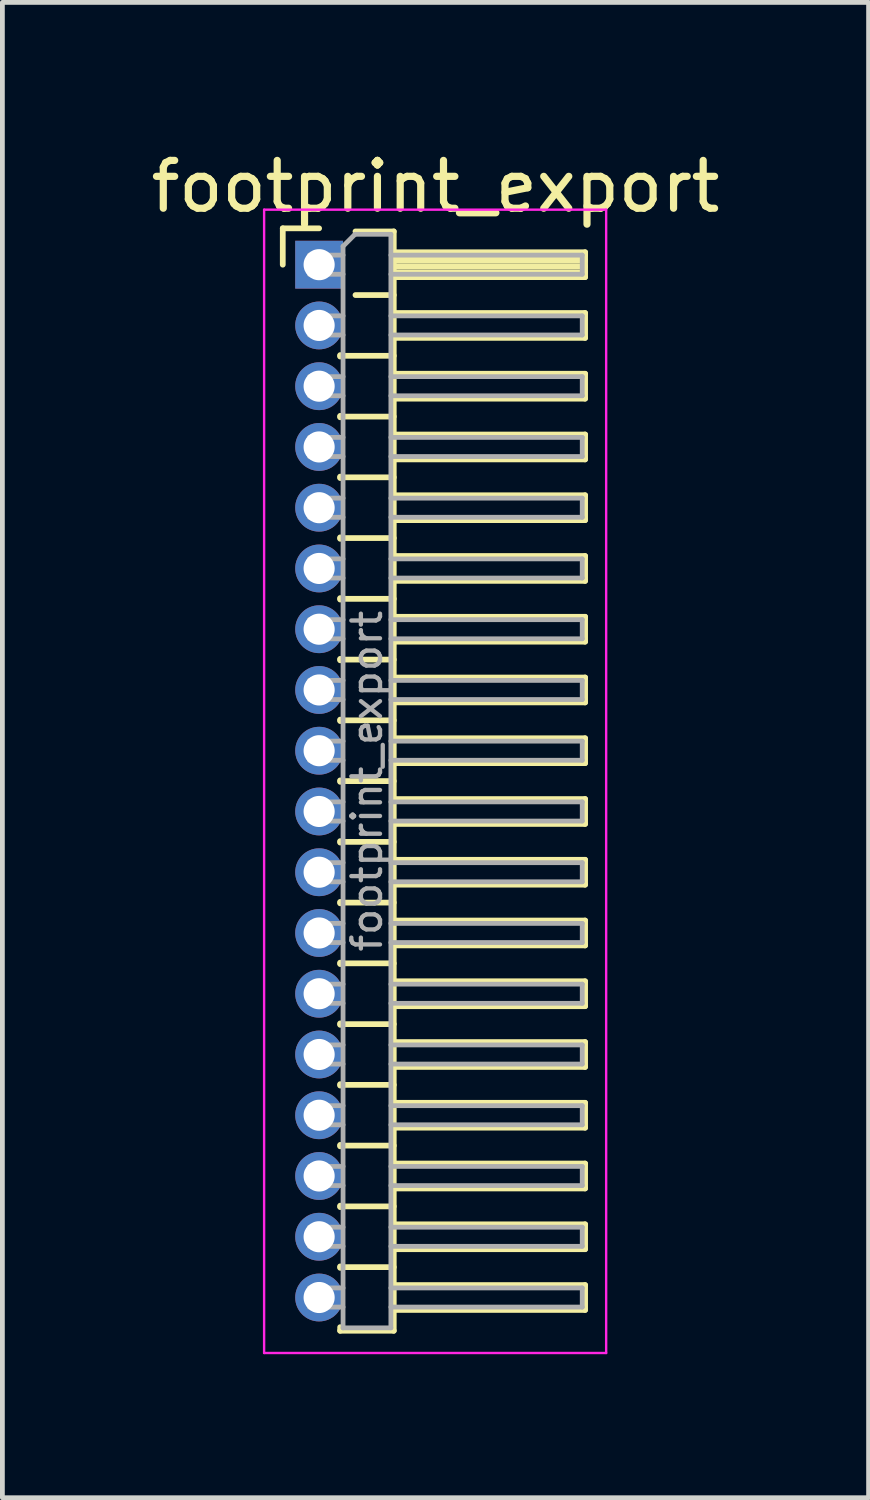
<source format=kicad_pcb>
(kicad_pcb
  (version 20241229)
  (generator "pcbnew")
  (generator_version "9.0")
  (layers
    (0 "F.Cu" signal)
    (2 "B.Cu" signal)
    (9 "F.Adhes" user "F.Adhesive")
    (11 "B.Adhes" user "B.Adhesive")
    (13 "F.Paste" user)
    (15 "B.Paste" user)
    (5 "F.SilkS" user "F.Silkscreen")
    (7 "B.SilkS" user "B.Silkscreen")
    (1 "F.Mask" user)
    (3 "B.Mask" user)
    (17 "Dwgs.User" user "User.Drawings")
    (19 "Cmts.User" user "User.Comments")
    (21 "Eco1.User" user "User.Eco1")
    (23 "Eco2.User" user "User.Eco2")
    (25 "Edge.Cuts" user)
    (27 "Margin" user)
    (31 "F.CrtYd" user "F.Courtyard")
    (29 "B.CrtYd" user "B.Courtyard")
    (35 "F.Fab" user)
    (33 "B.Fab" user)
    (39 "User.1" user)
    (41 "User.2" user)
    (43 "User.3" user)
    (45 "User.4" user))
  (footprint "footprint_export"
    (layer "F.Cu")
    (at 3.621 2.483)
    (property "Reference" "footprint_export" (at 2.433 -1.635 0) (layer "F.SilkS") (effects (font (size 1 1) (thickness 0.15))))
    (attr through_hole)
    (fp_line (start -0.76 -0.76) (end 0 -0.76) (stroke (width 0.12) (type solid)) (layer "F.SilkS"))
    (fp_line (start -0.76 0) (end -0.76 -0.76) (stroke (width 0.12) (type solid)) (layer "F.SilkS"))
    (fp_line (start 0.44 1.89) (end 0.44 1.92) (stroke (width 0.12) (type solid)) (layer "F.SilkS"))
    (fp_line (start 0.44 1.905) (end 1.56 1.905) (stroke (width 0.12) (type solid)) (layer "F.SilkS"))
    (fp_line (start 0.44 3.16) (end 0.44 3.19) (stroke (width 0.12) (type solid)) (layer "F.SilkS"))
    (fp_line (start 0.44 3.175) (end 1.56 3.175) (stroke (width 0.12) (type solid)) (layer "F.SilkS"))
    (fp_line (start 0.44 4.43) (end 0.44 4.46) (stroke (width 0.12) (type solid)) (layer "F.SilkS"))
    (fp_line (start 0.44 4.445) (end 1.56 4.445) (stroke (width 0.12) (type solid)) (layer "F.SilkS"))
    (fp_line (start 0.44 5.7) (end 0.44 5.73) (stroke (width 0.12) (type solid)) (layer "F.SilkS"))
    (fp_line (start 0.44 5.715) (end 1.56 5.715) (stroke (width 0.12) (type solid)) (layer "F.SilkS"))
    (fp_line (start 0.44 6.97) (end 0.44 7) (stroke (width 0.12) (type solid)) (layer "F.SilkS"))
    (fp_line (start 0.44 6.985) (end 1.56 6.985) (stroke (width 0.12) (type solid)) (layer "F.SilkS"))
    (fp_line (start 0.44 8.24) (end 0.44 8.27) (stroke (width 0.12) (type solid)) (layer "F.SilkS"))
    (fp_line (start 0.44 8.255) (end 1.56 8.255) (stroke (width 0.12) (type solid)) (layer "F.SilkS"))
    (fp_line (start 0.44 9.51) (end 0.44 9.54) (stroke (width 0.12) (type solid)) (layer "F.SilkS"))
    (fp_line (start 0.44 9.525) (end 1.56 9.525) (stroke (width 0.12) (type solid)) (layer "F.SilkS"))
    (fp_line (start 0.44 10.78) (end 0.44 10.81) (stroke (width 0.12) (type solid)) (layer "F.SilkS"))
    (fp_line (start 0.44 10.795) (end 1.56 10.795) (stroke (width 0.12) (type solid)) (layer "F.SilkS"))
    (fp_line (start 0.44 12.05) (end 0.44 12.08) (stroke (width 0.12) (type solid)) (layer "F.SilkS"))
    (fp_line (start 0.44 12.065) (end 1.56 12.065) (stroke (width 0.12) (type solid)) (layer "F.SilkS"))
    (fp_line (start 0.44 13.32) (end 0.44 13.35) (stroke (width 0.12) (type solid)) (layer "F.SilkS"))
    (fp_line (start 0.44 13.335) (end 1.56 13.335) (stroke (width 0.12) (type solid)) (layer "F.SilkS"))
    (fp_line (start 0.44 14.59) (end 0.44 14.62) (stroke (width 0.12) (type solid)) (layer "F.SilkS"))
    (fp_line (start 0.44 14.605) (end 1.56 14.605) (stroke (width 0.12) (type solid)) (layer "F.SilkS"))
    (fp_line (start 0.44 15.86) (end 0.44 15.89) (stroke (width 0.12) (type solid)) (layer "F.SilkS"))
    (fp_line (start 0.44 15.875) (end 1.56 15.875) (stroke (width 0.12) (type solid)) (layer "F.SilkS"))
    (fp_line (start 0.44 17.13) (end 0.44 17.16) (stroke (width 0.12) (type solid)) (layer "F.SilkS"))
    (fp_line (start 0.44 17.145) (end 1.56 17.145) (stroke (width 0.12) (type solid)) (layer "F.SilkS"))
    (fp_line (start 0.44 18.4) (end 0.44 18.43) (stroke (width 0.12) (type solid)) (layer "F.SilkS"))
    (fp_line (start 0.44 18.415) (end 1.56 18.415) (stroke (width 0.12) (type solid)) (layer "F.SilkS"))
    (fp_line (start 0.44 19.67) (end 0.44 19.7) (stroke (width 0.12) (type solid)) (layer "F.SilkS"))
    (fp_line (start 0.44 19.685) (end 1.56 19.685) (stroke (width 0.12) (type solid)) (layer "F.SilkS"))
    (fp_line (start 0.44 20.94) (end 0.44 20.97) (stroke (width 0.12) (type solid)) (layer "F.SilkS"))
    (fp_line (start 0.44 20.955) (end 1.56 20.955) (stroke (width 0.12) (type solid)) (layer "F.SilkS"))
    (fp_line (start 0.44 22.285) (end 0.44 22.21) (stroke (width 0.12) (type solid)) (layer "F.SilkS"))
    (fp_line (start 0.76 -0.695) (end 1.56 -0.695) (stroke (width 0.12) (type solid)) (layer "F.SilkS"))
    (fp_line (start 0.76 0.635) (end 1.56 0.635) (stroke (width 0.12) (type solid)) (layer "F.SilkS"))
    (fp_line (start 1.56 -0.695) (end 1.56 22.285) (stroke (width 0.12) (type solid)) (layer "F.SilkS"))
    (fp_line (start 1.56 -0.26) (end 5.56 -0.26) (stroke (width 0.12) (type solid)) (layer "F.SilkS"))
    (fp_line (start 1.56 -0.2) (end 5.56 -0.2) (stroke (width 0.12) (type solid)) (layer "F.SilkS"))
    (fp_line (start 1.56 -0.08) (end 5.56 -0.08) (stroke (width 0.12) (type solid)) (layer "F.SilkS"))
    (fp_line (start 1.56 0.04) (end 5.56 0.04) (stroke (width 0.12) (type solid)) (layer "F.SilkS"))
    (fp_line (start 1.56 0.16) (end 5.56 0.16) (stroke (width 0.12) (type solid)) (layer "F.SilkS"))
    (fp_line (start 1.56 1.01) (end 5.56 1.01) (stroke (width 0.12) (type solid)) (layer "F.SilkS"))
    (fp_line (start 1.56 2.28) (end 5.56 2.28) (stroke (width 0.12) (type solid)) (layer "F.SilkS"))
    (fp_line (start 1.56 3.55) (end 5.56 3.55) (stroke (width 0.12) (type solid)) (layer "F.SilkS"))
    (fp_line (start 1.56 4.82) (end 5.56 4.82) (stroke (width 0.12) (type solid)) (layer "F.SilkS"))
    (fp_line (start 1.56 6.09) (end 5.56 6.09) (stroke (width 0.12) (type solid)) (layer "F.SilkS"))
    (fp_line (start 1.56 7.36) (end 5.56 7.36) (stroke (width 0.12) (type solid)) (layer "F.SilkS"))
    (fp_line (start 1.56 8.63) (end 5.56 8.63) (stroke (width 0.12) (type solid)) (layer "F.SilkS"))
    (fp_line (start 1.56 9.9) (end 5.56 9.9) (stroke (width 0.12) (type solid)) (layer "F.SilkS"))
    (fp_line (start 1.56 11.17) (end 5.56 11.17) (stroke (width 0.12) (type solid)) (layer "F.SilkS"))
    (fp_line (start 1.56 12.44) (end 5.56 12.44) (stroke (width 0.12) (type solid)) (layer "F.SilkS"))
    (fp_line (start 1.56 13.71) (end 5.56 13.71) (stroke (width 0.12) (type solid)) (layer "F.SilkS"))
    (fp_line (start 1.56 14.98) (end 5.56 14.98) (stroke (width 0.12) (type solid)) (layer "F.SilkS"))
    (fp_line (start 1.56 16.25) (end 5.56 16.25) (stroke (width 0.12) (type solid)) (layer "F.SilkS"))
    (fp_line (start 1.56 17.52) (end 5.56 17.52) (stroke (width 0.12) (type solid)) (layer "F.SilkS"))
    (fp_line (start 1.56 18.79) (end 5.56 18.79) (stroke (width 0.12) (type solid)) (layer "F.SilkS"))
    (fp_line (start 1.56 20.06) (end 5.56 20.06) (stroke (width 0.12) (type solid)) (layer "F.SilkS"))
    (fp_line (start 1.56 21.33) (end 5.56 21.33) (stroke (width 0.12) (type solid)) (layer "F.SilkS"))
    (fp_line (start 1.56 22.285) (end 0.44 22.285) (stroke (width 0.12) (type solid)) (layer "F.SilkS"))
    (fp_line (start 5.56 -0.26) (end 5.56 0.26) (stroke (width 0.12) (type solid)) (layer "F.SilkS"))
    (fp_line (start 5.56 0.26) (end 1.56 0.26) (stroke (width 0.12) (type solid)) (layer "F.SilkS"))
    (fp_line (start 5.56 1.01) (end 5.56 1.53) (stroke (width 0.12) (type solid)) (layer "F.SilkS"))
    (fp_line (start 5.56 1.53) (end 1.56 1.53) (stroke (width 0.12) (type solid)) (layer "F.SilkS"))
    (fp_line (start 5.56 2.28) (end 5.56 2.8) (stroke (width 0.12) (type solid)) (layer "F.SilkS"))
    (fp_line (start 5.56 2.8) (end 1.56 2.8) (stroke (width 0.12) (type solid)) (layer "F.SilkS"))
    (fp_line (start 5.56 3.55) (end 5.56 4.07) (stroke (width 0.12) (type solid)) (layer "F.SilkS"))
    (fp_line (start 5.56 4.07) (end 1.56 4.07) (stroke (width 0.12) (type solid)) (layer "F.SilkS"))
    (fp_line (start 5.56 4.82) (end 5.56 5.34) (stroke (width 0.12) (type solid)) (layer "F.SilkS"))
    (fp_line (start 5.56 5.34) (end 1.56 5.34) (stroke (width 0.12) (type solid)) (layer "F.SilkS"))
    (fp_line (start 5.56 6.09) (end 5.56 6.61) (stroke (width 0.12) (type solid)) (layer "F.SilkS"))
    (fp_line (start 5.56 6.61) (end 1.56 6.61) (stroke (width 0.12) (type solid)) (layer "F.SilkS"))
    (fp_line (start 5.56 7.36) (end 5.56 7.88) (stroke (width 0.12) (type solid)) (layer "F.SilkS"))
    (fp_line (start 5.56 7.88) (end 1.56 7.88) (stroke (width 0.12) (type solid)) (layer "F.SilkS"))
    (fp_line (start 5.56 8.63) (end 5.56 9.15) (stroke (width 0.12) (type solid)) (layer "F.SilkS"))
    (fp_line (start 5.56 9.15) (end 1.56 9.15) (stroke (width 0.12) (type solid)) (layer "F.SilkS"))
    (fp_line (start 5.56 9.9) (end 5.56 10.42) (stroke (width 0.12) (type solid)) (layer "F.SilkS"))
    (fp_line (start 5.56 10.42) (end 1.56 10.42) (stroke (width 0.12) (type solid)) (layer "F.SilkS"))
    (fp_line (start 5.56 11.17) (end 5.56 11.69) (stroke (width 0.12) (type solid)) (layer "F.SilkS"))
    (fp_line (start 5.56 11.69) (end 1.56 11.69) (stroke (width 0.12) (type solid)) (layer "F.SilkS"))
    (fp_line (start 5.56 12.44) (end 5.56 12.96) (stroke (width 0.12) (type solid)) (layer "F.SilkS"))
    (fp_line (start 5.56 12.96) (end 1.56 12.96) (stroke (width 0.12) (type solid)) (layer "F.SilkS"))
    (fp_line (start 5.56 13.71) (end 5.56 14.23) (stroke (width 0.12) (type solid)) (layer "F.SilkS"))
    (fp_line (start 5.56 14.23) (end 1.56 14.23) (stroke (width 0.12) (type solid)) (layer "F.SilkS"))
    (fp_line (start 5.56 14.98) (end 5.56 15.5) (stroke (width 0.12) (type solid)) (layer "F.SilkS"))
    (fp_line (start 5.56 15.5) (end 1.56 15.5) (stroke (width 0.12) (type solid)) (layer "F.SilkS"))
    (fp_line (start 5.56 16.25) (end 5.56 16.77) (stroke (width 0.12) (type solid)) (layer "F.SilkS"))
    (fp_line (start 5.56 16.77) (end 1.56 16.77) (stroke (width 0.12) (type solid)) (layer "F.SilkS"))
    (fp_line (start 5.56 17.52) (end 5.56 18.04) (stroke (width 0.12) (type solid)) (layer "F.SilkS"))
    (fp_line (start 5.56 18.04) (end 1.56 18.04) (stroke (width 0.12) (type solid)) (layer "F.SilkS"))
    (fp_line (start 5.56 18.79) (end 5.56 19.31) (stroke (width 0.12) (type solid)) (layer "F.SilkS"))
    (fp_line (start 5.56 19.31) (end 1.56 19.31) (stroke (width 0.12) (type solid)) (layer "F.SilkS"))
    (fp_line (start 5.56 20.06) (end 5.56 20.58) (stroke (width 0.12) (type solid)) (layer "F.SilkS"))
    (fp_line (start 5.56 20.58) (end 1.56 20.58) (stroke (width 0.12) (type solid)) (layer "F.SilkS"))
    (fp_line (start 5.56 21.33) (end 5.56 21.85) (stroke (width 0.12) (type solid)) (layer "F.SilkS"))
    (fp_line (start 5.56 21.85) (end 1.56 21.85) (stroke (width 0.12) (type solid)) (layer "F.SilkS"))
    (fp_line (start -1.15 -1.15) (end -1.15 22.75) (stroke (width 0.05) (type solid)) (layer "F.CrtYd"))
    (fp_line (start -1.15 22.75) (end 6 22.75) (stroke (width 0.05) (type solid)) (layer "F.CrtYd"))
    (fp_line (start 6 -1.15) (end -1.15 -1.15) (stroke (width 0.05) (type solid)) (layer "F.CrtYd"))
    (fp_line (start 6 22.75) (end 6 -1.15) (stroke (width 0.05) (type solid)) (layer "F.CrtYd"))
    (fp_line (start -0.2 -0.2) (end -0.2 0.2) (stroke (width 0.1) (type solid)) (layer "F.Fab"))
    (fp_line (start -0.2 -0.2) (end 0.5 -0.2) (stroke (width 0.1) (type solid)) (layer "F.Fab"))
    (fp_line (start -0.2 0.2) (end 0.5 0.2) (stroke (width 0.1) (type solid)) (layer "F.Fab"))
    (fp_line (start -0.2 1.07) (end -0.2 1.47) (stroke (width 0.1) (type solid)) (layer "F.Fab"))
    (fp_line (start -0.2 1.07) (end 0.5 1.07) (stroke (width 0.1) (type solid)) (layer "F.Fab"))
    (fp_line (start -0.2 1.47) (end 0.5 1.47) (stroke (width 0.1) (type solid)) (layer "F.Fab"))
    (fp_line (start -0.2 2.34) (end -0.2 2.74) (stroke (width 0.1) (type solid)) (layer "F.Fab"))
    (fp_line (start -0.2 2.34) (end 0.5 2.34) (stroke (width 0.1) (type solid)) (layer "F.Fab"))
    (fp_line (start -0.2 2.74) (end 0.5 2.74) (stroke (width 0.1) (type solid)) (layer "F.Fab"))
    (fp_line (start -0.2 3.61) (end -0.2 4.01) (stroke (width 0.1) (type solid)) (layer "F.Fab"))
    (fp_line (start -0.2 3.61) (end 0.5 3.61) (stroke (width 0.1) (type solid)) (layer "F.Fab"))
    (fp_line (start -0.2 4.01) (end 0.5 4.01) (stroke (width 0.1) (type solid)) (layer "F.Fab"))
    (fp_line (start -0.2 4.88) (end -0.2 5.28) (stroke (width 0.1) (type solid)) (layer "F.Fab"))
    (fp_line (start -0.2 4.88) (end 0.5 4.88) (stroke (width 0.1) (type solid)) (layer "F.Fab"))
    (fp_line (start -0.2 5.28) (end 0.5 5.28) (stroke (width 0.1) (type solid)) (layer "F.Fab"))
    (fp_line (start -0.2 6.15) (end -0.2 6.55) (stroke (width 0.1) (type solid)) (layer "F.Fab"))
    (fp_line (start -0.2 6.15) (end 0.5 6.15) (stroke (width 0.1) (type solid)) (layer "F.Fab"))
    (fp_line (start -0.2 6.55) (end 0.5 6.55) (stroke (width 0.1) (type solid)) (layer "F.Fab"))
    (fp_line (start -0.2 7.42) (end -0.2 7.82) (stroke (width 0.1) (type solid)) (layer "F.Fab"))
    (fp_line (start -0.2 7.42) (end 0.5 7.42) (stroke (width 0.1) (type solid)) (layer "F.Fab"))
    (fp_line (start -0.2 7.82) (end 0.5 7.82) (stroke (width 0.1) (type solid)) (layer "F.Fab"))
    (fp_line (start -0.2 8.69) (end -0.2 9.09) (stroke (width 0.1) (type solid)) (layer "F.Fab"))
    (fp_line (start -0.2 8.69) (end 0.5 8.69) (stroke (width 0.1) (type solid)) (layer "F.Fab"))
    (fp_line (start -0.2 9.09) (end 0.5 9.09) (stroke (width 0.1) (type solid)) (layer "F.Fab"))
    (fp_line (start -0.2 9.96) (end -0.2 10.36) (stroke (width 0.1) (type solid)) (layer "F.Fab"))
    (fp_line (start -0.2 9.96) (end 0.5 9.96) (stroke (width 0.1) (type solid)) (layer "F.Fab"))
    (fp_line (start -0.2 10.36) (end 0.5 10.36) (stroke (width 0.1) (type solid)) (layer "F.Fab"))
    (fp_line (start -0.2 11.23) (end -0.2 11.63) (stroke (width 0.1) (type solid)) (layer "F.Fab"))
    (fp_line (start -0.2 11.23) (end 0.5 11.23) (stroke (width 0.1) (type solid)) (layer "F.Fab"))
    (fp_line (start -0.2 11.63) (end 0.5 11.63) (stroke (width 0.1) (type solid)) (layer "F.Fab"))
    (fp_line (start -0.2 12.5) (end -0.2 12.9) (stroke (width 0.1) (type solid)) (layer "F.Fab"))
    (fp_line (start -0.2 12.5) (end 0.5 12.5) (stroke (width 0.1) (type solid)) (layer "F.Fab"))
    (fp_line (start -0.2 12.9) (end 0.5 12.9) (stroke (width 0.1) (type solid)) (layer "F.Fab"))
    (fp_line (start -0.2 13.77) (end -0.2 14.17) (stroke (width 0.1) (type solid)) (layer "F.Fab"))
    (fp_line (start -0.2 13.77) (end 0.5 13.77) (stroke (width 0.1) (type solid)) (layer "F.Fab"))
    (fp_line (start -0.2 14.17) (end 0.5 14.17) (stroke (width 0.1) (type solid)) (layer "F.Fab"))
    (fp_line (start -0.2 15.04) (end -0.2 15.44) (stroke (width 0.1) (type solid)) (layer "F.Fab"))
    (fp_line (start -0.2 15.04) (end 0.5 15.04) (stroke (width 0.1) (type solid)) (layer "F.Fab"))
    (fp_line (start -0.2 15.44) (end 0.5 15.44) (stroke (width 0.1) (type solid)) (layer "F.Fab"))
    (fp_line (start -0.2 16.31) (end -0.2 16.71) (stroke (width 0.1) (type solid)) (layer "F.Fab"))
    (fp_line (start -0.2 16.31) (end 0.5 16.31) (stroke (width 0.1) (type solid)) (layer "F.Fab"))
    (fp_line (start -0.2 16.71) (end 0.5 16.71) (stroke (width 0.1) (type solid)) (layer "F.Fab"))
    (fp_line (start -0.2 17.58) (end -0.2 17.98) (stroke (width 0.1) (type solid)) (layer "F.Fab"))
    (fp_line (start -0.2 17.58) (end 0.5 17.58) (stroke (width 0.1) (type solid)) (layer "F.Fab"))
    (fp_line (start -0.2 17.98) (end 0.5 17.98) (stroke (width 0.1) (type solid)) (layer "F.Fab"))
    (fp_line (start -0.2 18.85) (end -0.2 19.25) (stroke (width 0.1) (type solid)) (layer "F.Fab"))
    (fp_line (start -0.2 18.85) (end 0.5 18.85) (stroke (width 0.1) (type solid)) (layer "F.Fab"))
    (fp_line (start -0.2 19.25) (end 0.5 19.25) (stroke (width 0.1) (type solid)) (layer "F.Fab"))
    (fp_line (start -0.2 20.12) (end -0.2 20.52) (stroke (width 0.1) (type solid)) (layer "F.Fab"))
    (fp_line (start -0.2 20.12) (end 0.5 20.12) (stroke (width 0.1) (type solid)) (layer "F.Fab"))
    (fp_line (start -0.2 20.52) (end 0.5 20.52) (stroke (width 0.1) (type solid)) (layer "F.Fab"))
    (fp_line (start -0.2 21.39) (end -0.2 21.79) (stroke (width 0.1) (type solid)) (layer "F.Fab"))
    (fp_line (start -0.2 21.39) (end 0.5 21.39) (stroke (width 0.1) (type solid)) (layer "F.Fab"))
    (fp_line (start -0.2 21.79) (end 0.5 21.79) (stroke (width 0.1) (type solid)) (layer "F.Fab"))
    (fp_line (start 0.5 -0.385) (end 0.75 -0.635) (stroke (width 0.1) (type solid)) (layer "F.Fab"))
    (fp_line (start 0.5 22.225) (end 0.5 -0.385) (stroke (width 0.1) (type solid)) (layer "F.Fab"))
    (fp_line (start 0.75 -0.635) (end 1.5 -0.635) (stroke (width 0.1) (type solid)) (layer "F.Fab"))
    (fp_line (start 1.5 -0.635) (end 1.5 22.225) (stroke (width 0.1) (type solid)) (layer "F.Fab"))
    (fp_line (start 1.5 -0.2) (end 5.5 -0.2) (stroke (width 0.1) (type solid)) (layer "F.Fab"))
    (fp_line (start 1.5 0.2) (end 5.5 0.2) (stroke (width 0.1) (type solid)) (layer "F.Fab"))
    (fp_line (start 1.5 1.07) (end 5.5 1.07) (stroke (width 0.1) (type solid)) (layer "F.Fab"))
    (fp_line (start 1.5 1.47) (end 5.5 1.47) (stroke (width 0.1) (type solid)) (layer "F.Fab"))
    (fp_line (start 1.5 2.34) (end 5.5 2.34) (stroke (width 0.1) (type solid)) (layer "F.Fab"))
    (fp_line (start 1.5 2.74) (end 5.5 2.74) (stroke (width 0.1) (type solid)) (layer "F.Fab"))
    (fp_line (start 1.5 3.61) (end 5.5 3.61) (stroke (width 0.1) (type solid)) (layer "F.Fab"))
    (fp_line (start 1.5 4.01) (end 5.5 4.01) (stroke (width 0.1) (type solid)) (layer "F.Fab"))
    (fp_line (start 1.5 4.88) (end 5.5 4.88) (stroke (width 0.1) (type solid)) (layer "F.Fab"))
    (fp_line (start 1.5 5.28) (end 5.5 5.28) (stroke (width 0.1) (type solid)) (layer "F.Fab"))
    (fp_line (start 1.5 6.15) (end 5.5 6.15) (stroke (width 0.1) (type solid)) (layer "F.Fab"))
    (fp_line (start 1.5 6.55) (end 5.5 6.55) (stroke (width 0.1) (type solid)) (layer "F.Fab"))
    (fp_line (start 1.5 7.42) (end 5.5 7.42) (stroke (width 0.1) (type solid)) (layer "F.Fab"))
    (fp_line (start 1.5 7.82) (end 5.5 7.82) (stroke (width 0.1) (type solid)) (layer "F.Fab"))
    (fp_line (start 1.5 8.69) (end 5.5 8.69) (stroke (width 0.1) (type solid)) (layer "F.Fab"))
    (fp_line (start 1.5 9.09) (end 5.5 9.09) (stroke (width 0.1) (type solid)) (layer "F.Fab"))
    (fp_line (start 1.5 9.96) (end 5.5 9.96) (stroke (width 0.1) (type solid)) (layer "F.Fab"))
    (fp_line (start 1.5 10.36) (end 5.5 10.36) (stroke (width 0.1) (type solid)) (layer "F.Fab"))
    (fp_line (start 1.5 11.23) (end 5.5 11.23) (stroke (width 0.1) (type solid)) (layer "F.Fab"))
    (fp_line (start 1.5 11.63) (end 5.5 11.63) (stroke (width 0.1) (type solid)) (layer "F.Fab"))
    (fp_line (start 1.5 12.5) (end 5.5 12.5) (stroke (width 0.1) (type solid)) (layer "F.Fab"))
    (fp_line (start 1.5 12.9) (end 5.5 12.9) (stroke (width 0.1) (type solid)) (layer "F.Fab"))
    (fp_line (start 1.5 13.77) (end 5.5 13.77) (stroke (width 0.1) (type solid)) (layer "F.Fab"))
    (fp_line (start 1.5 14.17) (end 5.5 14.17) (stroke (width 0.1) (type solid)) (layer "F.Fab"))
    (fp_line (start 1.5 15.04) (end 5.5 15.04) (stroke (width 0.1) (type solid)) (layer "F.Fab"))
    (fp_line (start 1.5 15.44) (end 5.5 15.44) (stroke (width 0.1) (type solid)) (layer "F.Fab"))
    (fp_line (start 1.5 16.31) (end 5.5 16.31) (stroke (width 0.1) (type solid)) (layer "F.Fab"))
    (fp_line (start 1.5 16.71) (end 5.5 16.71) (stroke (width 0.1) (type solid)) (layer "F.Fab"))
    (fp_line (start 1.5 17.58) (end 5.5 17.58) (stroke (width 0.1) (type solid)) (layer "F.Fab"))
    (fp_line (start 1.5 17.98) (end 5.5 17.98) (stroke (width 0.1) (type solid)) (layer "F.Fab"))
    (fp_line (start 1.5 18.85) (end 5.5 18.85) (stroke (width 0.1) (type solid)) (layer "F.Fab"))
    (fp_line (start 1.5 19.25) (end 5.5 19.25) (stroke (width 0.1) (type solid)) (layer "F.Fab"))
    (fp_line (start 1.5 20.12) (end 5.5 20.12) (stroke (width 0.1) (type solid)) (layer "F.Fab"))
    (fp_line (start 1.5 20.52) (end 5.5 20.52) (stroke (width 0.1) (type solid)) (layer "F.Fab"))
    (fp_line (start 1.5 21.39) (end 5.5 21.39) (stroke (width 0.1) (type solid)) (layer "F.Fab"))
    (fp_line (start 1.5 21.79) (end 5.5 21.79) (stroke (width 0.1) (type solid)) (layer "F.Fab"))
    (fp_line (start 1.5 22.225) (end 0.5 22.225) (stroke (width 0.1) (type solid)) (layer "F.Fab"))
    (fp_line (start 5.5 -0.2) (end 5.5 0.2) (stroke (width 0.1) (type solid)) (layer "F.Fab"))
    (fp_line (start 5.5 1.07) (end 5.5 1.47) (stroke (width 0.1) (type solid)) (layer "F.Fab"))
    (fp_line (start 5.5 2.34) (end 5.5 2.74) (stroke (width 0.1) (type solid)) (layer "F.Fab"))
    (fp_line (start 5.5 3.61) (end 5.5 4.01) (stroke (width 0.1) (type solid)) (layer "F.Fab"))
    (fp_line (start 5.5 4.88) (end 5.5 5.28) (stroke (width 0.1) (type solid)) (layer "F.Fab"))
    (fp_line (start 5.5 6.15) (end 5.5 6.55) (stroke (width 0.1) (type solid)) (layer "F.Fab"))
    (fp_line (start 5.5 7.42) (end 5.5 7.82) (stroke (width 0.1) (type solid)) (layer "F.Fab"))
    (fp_line (start 5.5 8.69) (end 5.5 9.09) (stroke (width 0.1) (type solid)) (layer "F.Fab"))
    (fp_line (start 5.5 9.96) (end 5.5 10.36) (stroke (width 0.1) (type solid)) (layer "F.Fab"))
    (fp_line (start 5.5 11.23) (end 5.5 11.63) (stroke (width 0.1) (type solid)) (layer "F.Fab"))
    (fp_line (start 5.5 12.5) (end 5.5 12.9) (stroke (width 0.1) (type solid)) (layer "F.Fab"))
    (fp_line (start 5.5 13.77) (end 5.5 14.17) (stroke (width 0.1) (type solid)) (layer "F.Fab"))
    (fp_line (start 5.5 15.04) (end 5.5 15.44) (stroke (width 0.1) (type solid)) (layer "F.Fab"))
    (fp_line (start 5.5 16.31) (end 5.5 16.71) (stroke (width 0.1) (type solid)) (layer "F.Fab"))
    (fp_line (start 5.5 17.58) (end 5.5 17.98) (stroke (width 0.1) (type solid)) (layer "F.Fab"))
    (fp_line (start 5.5 18.85) (end 5.5 19.25) (stroke (width 0.1) (type solid)) (layer "F.Fab"))
    (fp_line (start 5.5 20.12) (end 5.5 20.52) (stroke (width 0.1) (type solid)) (layer "F.Fab"))
    (fp_line (start 5.5 21.39) (end 5.5 21.79) (stroke (width 0.1) (type solid)) (layer "F.Fab"))
    (fp_text user "${REFERENCE}" (at 1 10.795 90) (layer "F.Fab") (effects (font (size 0.6 0.6) (thickness 0.09))))
    (pad "1" thru_hole rect (at 0 0) (size 1 1) (drill 0.65) (layers "*.Cu" "*.Mask"))
    (pad "2" thru_hole oval (at 0 1.27) (size 1 1) (drill 0.65) (layers "*.Cu" "*.Mask"))
    (pad "3" thru_hole oval (at 0 2.54) (size 1 1) (drill 0.65) (layers "*.Cu" "*.Mask"))
    (pad "4" thru_hole oval (at 0 3.81) (size 1 1) (drill 0.65) (layers "*.Cu" "*.Mask"))
    (pad "5" thru_hole oval (at 0 5.08) (size 1 1) (drill 0.65) (layers "*.Cu" "*.Mask"))
    (pad "6" thru_hole oval (at 0 6.35) (size 1 1) (drill 0.65) (layers "*.Cu" "*.Mask"))
    (pad "7" thru_hole oval (at 0 7.62) (size 1 1) (drill 0.65) (layers "*.Cu" "*.Mask"))
    (pad "8" thru_hole oval (at 0 8.89) (size 1 1) (drill 0.65) (layers "*.Cu" "*.Mask"))
    (pad "9" thru_hole oval (at 0 10.16) (size 1 1) (drill 0.65) (layers "*.Cu" "*.Mask"))
    (pad "10" thru_hole oval (at 0 11.43) (size 1 1) (drill 0.65) (layers "*.Cu" "*.Mask"))
    (pad "11" thru_hole oval (at 0 12.7) (size 1 1) (drill 0.65) (layers "*.Cu" "*.Mask"))
    (pad "12" thru_hole oval (at 0 13.97) (size 1 1) (drill 0.65) (layers "*.Cu" "*.Mask"))
    (pad "13" thru_hole oval (at 0 15.24) (size 1 1) (drill 0.65) (layers "*.Cu" "*.Mask"))
    (pad "14" thru_hole oval (at 0 16.51) (size 1 1) (drill 0.65) (layers "*.Cu" "*.Mask"))
    (pad "15" thru_hole oval (at 0 17.78) (size 1 1) (drill 0.65) (layers "*.Cu" "*.Mask"))
    (pad "16" thru_hole oval (at 0 19.05) (size 1 1) (drill 0.65) (layers "*.Cu" "*.Mask"))
    (pad "17" thru_hole oval (at 0 20.32) (size 1 1) (drill 0.65) (layers "*.Cu" "*.Mask"))
    (pad "18" thru_hole oval (at 0 21.59) (size 1 1) (drill 0.65) (layers "*.Cu" "*.Mask")))
  (gr_rect
    (start -3 -3)
    (end 15.107 28.258)
    (stroke (width 0.1) (type default))
    (fill no)
    (layer "Edge.Cuts")))
</source>
